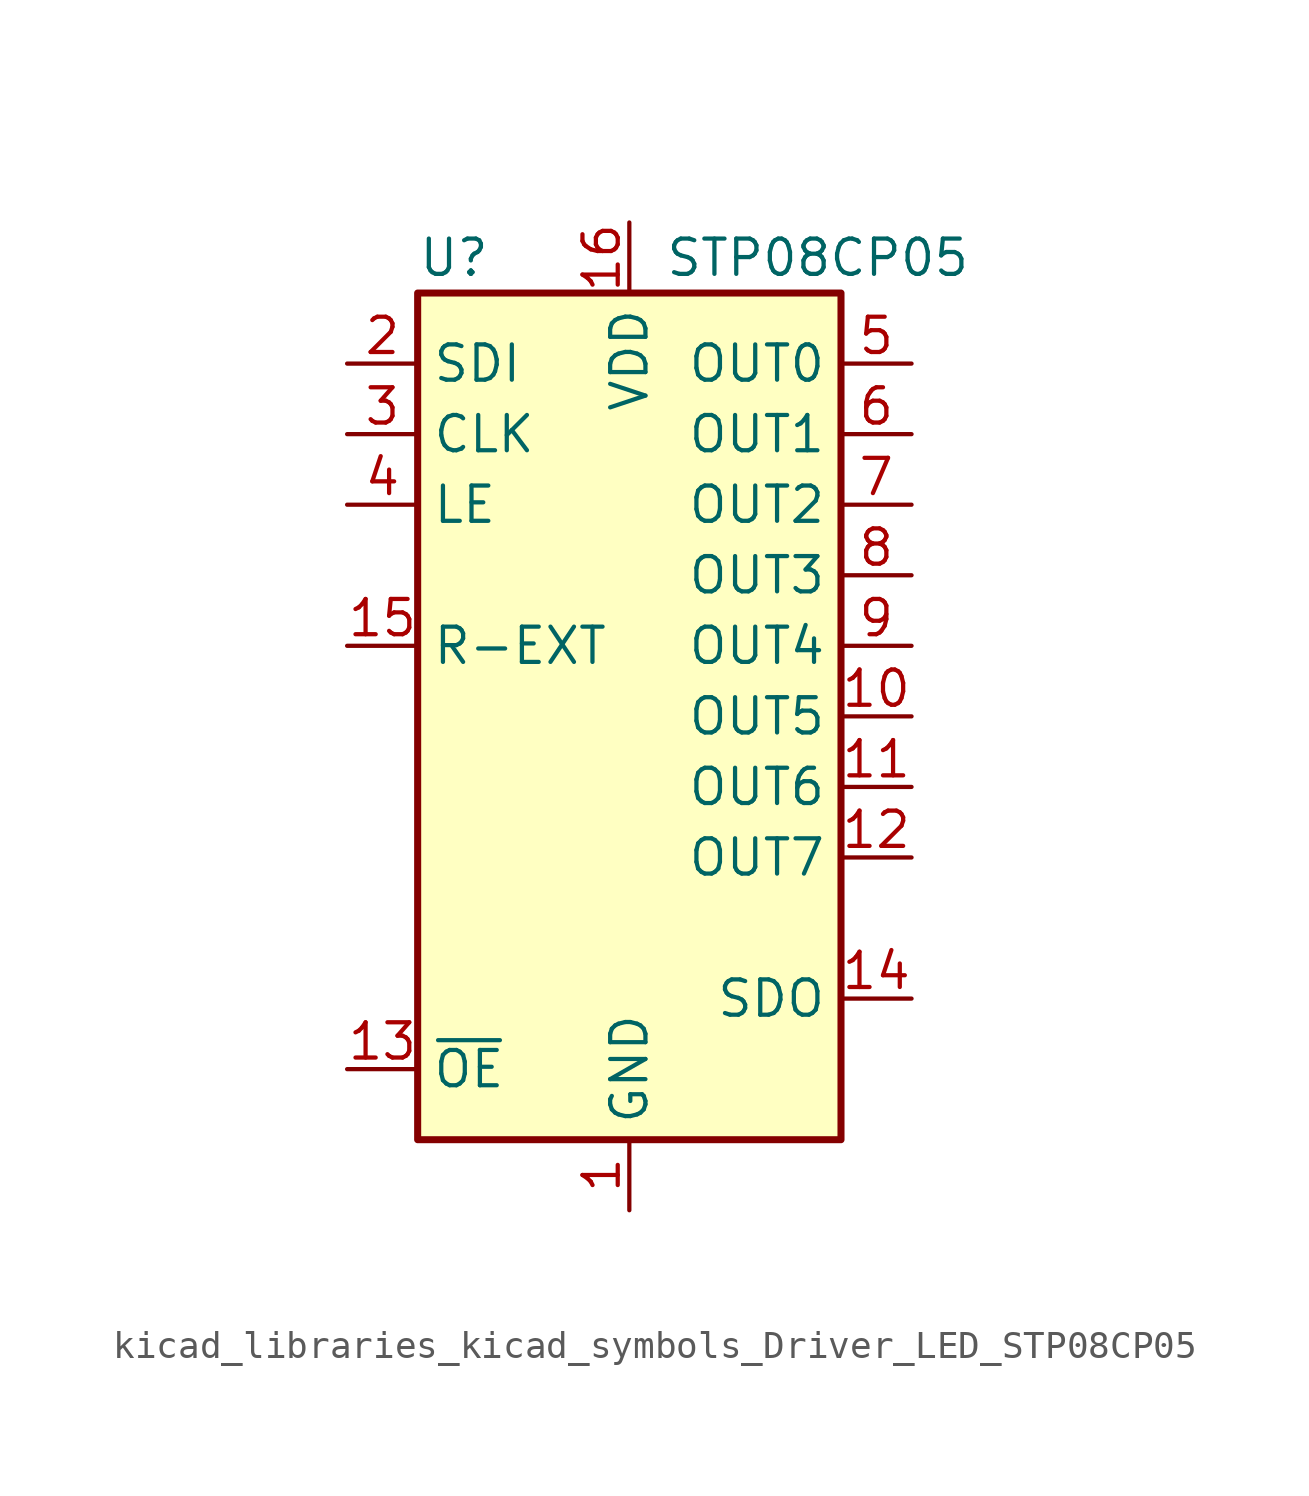
<source format=kicad_sym>
(kicad_symbol_lib
  (version 20220914)
  (generator kicad_symbol_editor)
  (symbol "kicad_libraries_kicad_symbols_Driver_LED_STP08CP05"
    (property "Reference" "U"
      (at -7.62 16.51 0)
      (effects (font (size 1.27 1.27)) (justify left)))
    (property "Value" "STP08CP05"
      (at 1.27 16.51 0)
      (effects (font (size 1.27 1.27)) (justify left)))
    (symbol "kicad_libraries_kicad_symbols_Driver_LED_STP08CP05_0_1"
      (rectangle (start -7.62 15.24) (end 7.62 -15.24) (stroke (width 0.254) (type default)) (fill (type background))))
    (symbol "kicad_libraries_kicad_symbols_Driver_LED_STP08CP05_1_1"
      (pin power_in line (at 0 -17.78 90) (length 2.54) (name "GND" (effects (font (size 1.27 1.27)))) (number "1" (effects (font (size 1.27 1.27)))))
      (pin output line (at 10.16 0 180) (length 2.54) (name "OUT5" (effects (font (size 1.27 1.27)))) (number "10" (effects (font (size 1.27 1.27)))))
      (pin output line (at 10.16 -2.54 180) (length 2.54) (name "OUT6" (effects (font (size 1.27 1.27)))) (number "11" (effects (font (size 1.27 1.27)))))
      (pin output line (at 10.16 -5.08 180) (length 2.54) (name "OUT7" (effects (font (size 1.27 1.27)))) (number "12" (effects (font (size 1.27 1.27)))))
      (pin input line (at -10.16 -12.7 0) (length 2.54) (name "~{OE}" (effects (font (size 1.27 1.27)))) (number "13" (effects (font (size 1.27 1.27)))))
      (pin output line (at 10.16 -10.16 180) (length 2.54) (name "SDO" (effects (font (size 1.27 1.27)))) (number "14" (effects (font (size 1.27 1.27)))))
      (pin passive line (at -10.16 2.54 0) (length 2.54) (name "R-EXT" (effects (font (size 1.27 1.27)))) (number "15" (effects (font (size 1.27 1.27)))))
      (pin power_in line (at 0 17.78 270) (length 2.54) (name "VDD" (effects (font (size 1.27 1.27)))) (number "16" (effects (font (size 1.27 1.27)))))
      (pin input line (at -10.16 12.7 0) (length 2.54) (name "SDI" (effects (font (size 1.27 1.27)))) (number "2" (effects (font (size 1.27 1.27)))))
      (pin input line (at -10.16 10.16 0) (length 2.54) (name "CLK" (effects (font (size 1.27 1.27)))) (number "3" (effects (font (size 1.27 1.27)))))
      (pin input line (at -10.16 7.62 0) (length 2.54) (name "LE" (effects (font (size 1.27 1.27)))) (number "4" (effects (font (size 1.27 1.27)))))
      (pin output line (at 10.16 12.7 180) (length 2.54) (name "OUT0" (effects (font (size 1.27 1.27)))) (number "5" (effects (font (size 1.27 1.27)))))
      (pin output line (at 10.16 10.16 180) (length 2.54) (name "OUT1" (effects (font (size 1.27 1.27)))) (number "6" (effects (font (size 1.27 1.27)))))
      (pin output line (at 10.16 7.62 180) (length 2.54) (name "OUT2" (effects (font (size 1.27 1.27)))) (number "7" (effects (font (size 1.27 1.27)))))
      (pin output line (at 10.16 5.08 180) (length 2.54) (name "OUT3" (effects (font (size 1.27 1.27)))) (number "8" (effects (font (size 1.27 1.27)))))
      (pin output line (at 10.16 2.54 180) (length 2.54) (name "OUT4" (effects (font (size 1.27 1.27)))) (number "9" (effects (font (size 1.27 1.27))))))))
</source>
